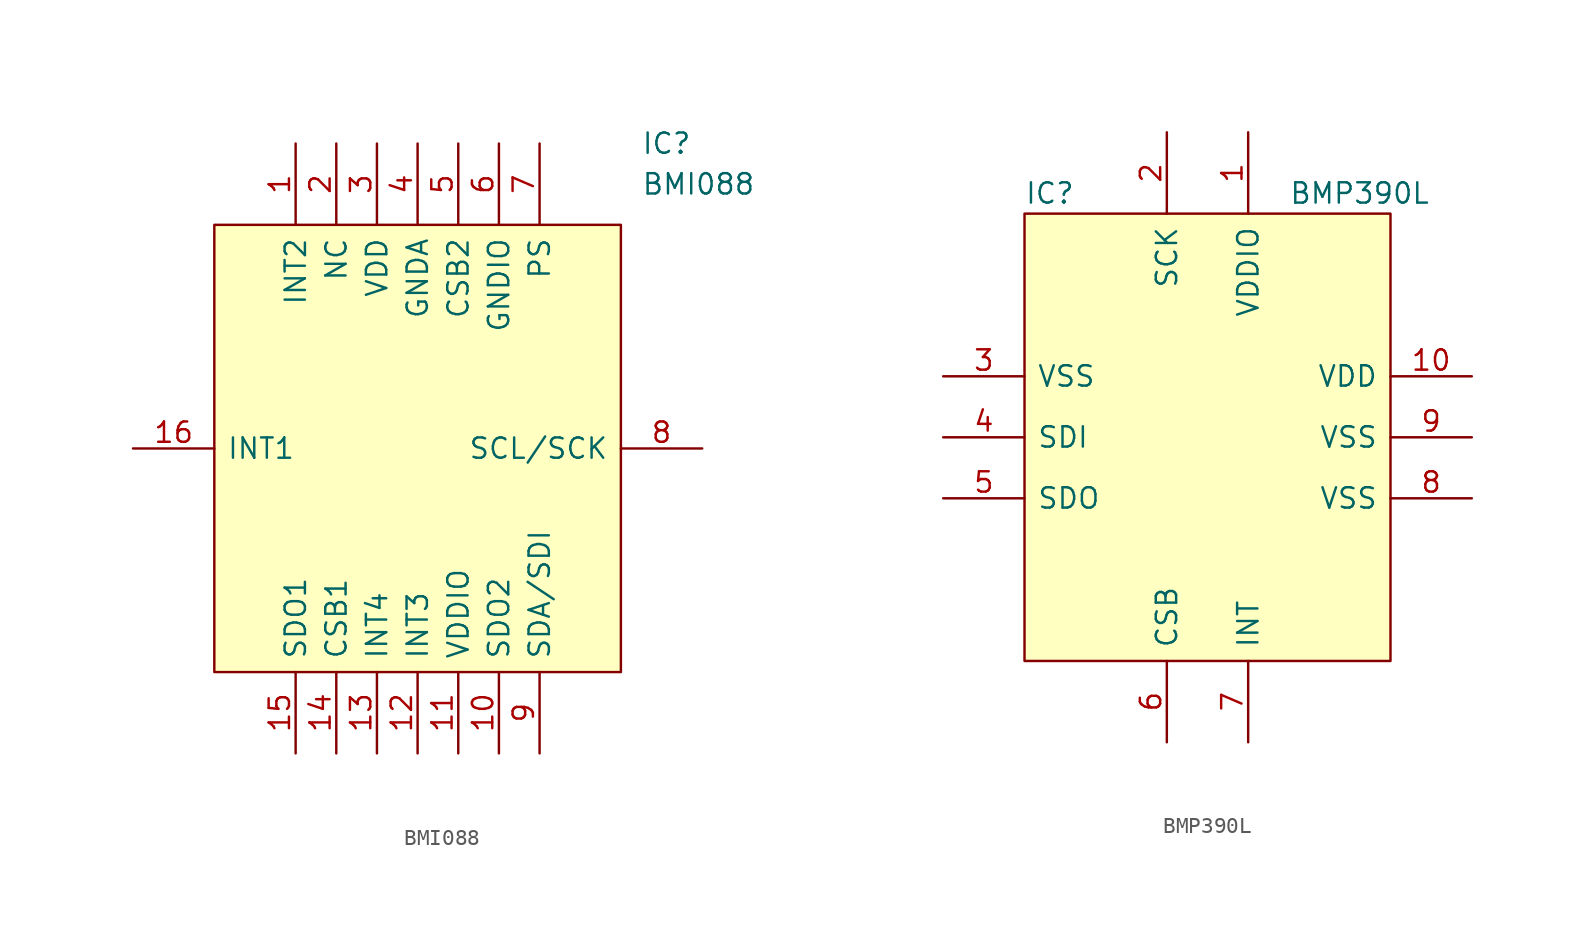
<source format=kicad_sym>
(kicad_symbol_lib
  (version 20220914)
  (generator kicad_symbol_editor)
  (symbol "BMI088"
    (pin_names
      (offset 0.762))
    (property "Reference" "IC"
      (at 13.97 19.05 0)
      (effects (font (size 1.27 1.27)) (justify left)))
    (property "Value" "BMI088"
      (at 13.97 16.51 0)
      (effects (font (size 1.27 1.27)) (justify left)))
    (symbol "BMI088_1_0"
      (pin bidirectional line (at -7.62 19.05 270) (length 5.08) (name "INT2" (effects (font (size 1.27 1.27)))) (number "1" (effects (font (size 1.27 1.27)))))
      (pin output line (at 5.08 -19.05 90) (length 5.08) (name "SDO2" (effects (font (size 1.27 1.27)))) (number "10" (effects (font (size 1.27 1.27)))))
      (pin power_in line (at 2.54 -19.05 90) (length 5.08) (name "VDDIO" (effects (font (size 1.27 1.27)))) (number "11" (effects (font (size 1.27 1.27)))))
      (pin output line (at 0 -19.05 90) (length 5.08) (name "INT3" (effects (font (size 1.27 1.27)))) (number "12" (effects (font (size 1.27 1.27)))))
      (pin output line (at -2.54 -19.05 90) (length 5.08) (name "INT4" (effects (font (size 1.27 1.27)))) (number "13" (effects (font (size 1.27 1.27)))))
      (pin input line (at -5.08 -19.05 90) (length 5.08) (name "CSB1" (effects (font (size 1.27 1.27)))) (number "14" (effects (font (size 1.27 1.27)))))
      (pin output line (at -7.62 -19.05 90) (length 5.08) (name "SDO1" (effects (font (size 1.27 1.27)))) (number "15" (effects (font (size 1.27 1.27)))))
      (pin bidirectional line (at -17.78 0 0) (length 5.08) (name "INT1" (effects (font (size 1.27 1.27)))) (number "16" (effects (font (size 1.27 1.27)))))
      (pin passive line (at -5.08 19.05 270) (length 5.08) (name "NC" (effects (font (size 1.27 1.27)))) (number "2" (effects (font (size 1.27 1.27)))))
      (pin power_in line (at -2.54 19.05 270) (length 5.08) (name "VDD" (effects (font (size 1.27 1.27)))) (number "3" (effects (font (size 1.27 1.27)))))
      (pin power_in line (at 0 19.05 270) (length 5.08) (name "GNDA" (effects (font (size 1.27 1.27)))) (number "4" (effects (font (size 1.27 1.27)))))
      (pin input line (at 2.54 19.05 270) (length 5.08) (name "CSB2" (effects (font (size 1.27 1.27)))) (number "5" (effects (font (size 1.27 1.27)))))
      (pin power_in line (at 5.08 19.05 270) (length 5.08) (name "GNDIO" (effects (font (size 1.27 1.27)))) (number "6" (effects (font (size 1.27 1.27)))))
      (pin input line (at 7.62 19.05 270) (length 5.08) (name "PS" (effects (font (size 1.27 1.27)))) (number "7" (effects (font (size 1.27 1.27)))))
      (pin input line (at 17.78 0 180) (length 5.08) (name "SCL/SCK" (effects (font (size 1.27 1.27)))) (number "8" (effects (font (size 1.27 1.27)))))
      (pin input line (at 7.62 -19.05 90) (length 5.08) (name "SDA/SDI" (effects (font (size 1.27 1.27)))) (number "9" (effects (font (size 1.27 1.27))))))
    (symbol "BMI088_1_1"
      (rectangle (start -12.7 13.97) (end 12.7 -13.97) (stroke (width 0) (type default)) (fill (type background)))))
  (symbol "BMP390L"
    (pin_names
      (offset 0.762))
    (property "Reference" "IC"
      (at -11.43 15.24 0)
      (effects (font (size 1.27 1.27)) (justify left)))
    (property "Value" "BMP390L"
      (at 5.08 15.24 0)
      (effects (font (size 1.27 1.27)) (justify left)))
    (symbol "BMP390L_1_0"
      (pin power_in line (at 2.54 19.05 270) (length 5.08) (name "VDDIO" (effects (font (size 1.27 1.27)))) (number "1" (effects (font (size 1.27 1.27)))))
      (pin power_in line (at 16.51 3.81 180) (length 5.08) (name "VDD" (effects (font (size 1.27 1.27)))) (number "10" (effects (font (size 1.27 1.27)))))
      (pin input line (at -2.54 19.05 270) (length 5.08) (name "SCK" (effects (font (size 1.27 1.27)))) (number "2" (effects (font (size 1.27 1.27)))))
      (pin power_in line (at -16.51 3.81 0) (length 5.08) (name "VSS" (effects (font (size 1.27 1.27)))) (number "3" (effects (font (size 1.27 1.27)))))
      (pin input line (at -16.51 0 0) (length 5.08) (name "SDI" (effects (font (size 1.27 1.27)))) (number "4" (effects (font (size 1.27 1.27)))))
      (pin output line (at -16.51 -3.81 0) (length 5.08) (name "SDO" (effects (font (size 1.27 1.27)))) (number "5" (effects (font (size 1.27 1.27)))))
      (pin input line (at -2.54 -19.05 90) (length 5.08) (name "CSB" (effects (font (size 1.27 1.27)))) (number "6" (effects (font (size 1.27 1.27)))))
      (pin output line (at 2.54 -19.05 90) (length 5.08) (name "INT" (effects (font (size 1.27 1.27)))) (number "7" (effects (font (size 1.27 1.27)))))
      (pin power_in line (at 16.51 -3.81 180) (length 5.08) (name "VSS" (effects (font (size 1.27 1.27)))) (number "8" (effects (font (size 1.27 1.27)))))
      (pin power_in line (at 16.51 0 180) (length 5.08) (name "VSS" (effects (font (size 1.27 1.27)))) (number "9" (effects (font (size 1.27 1.27))))))
    (symbol "BMP390L_1_1"
      (rectangle (start -11.43 13.97) (end 11.43 -13.97) (stroke (width 0) (type default)) (fill (type background))))))
</source>
